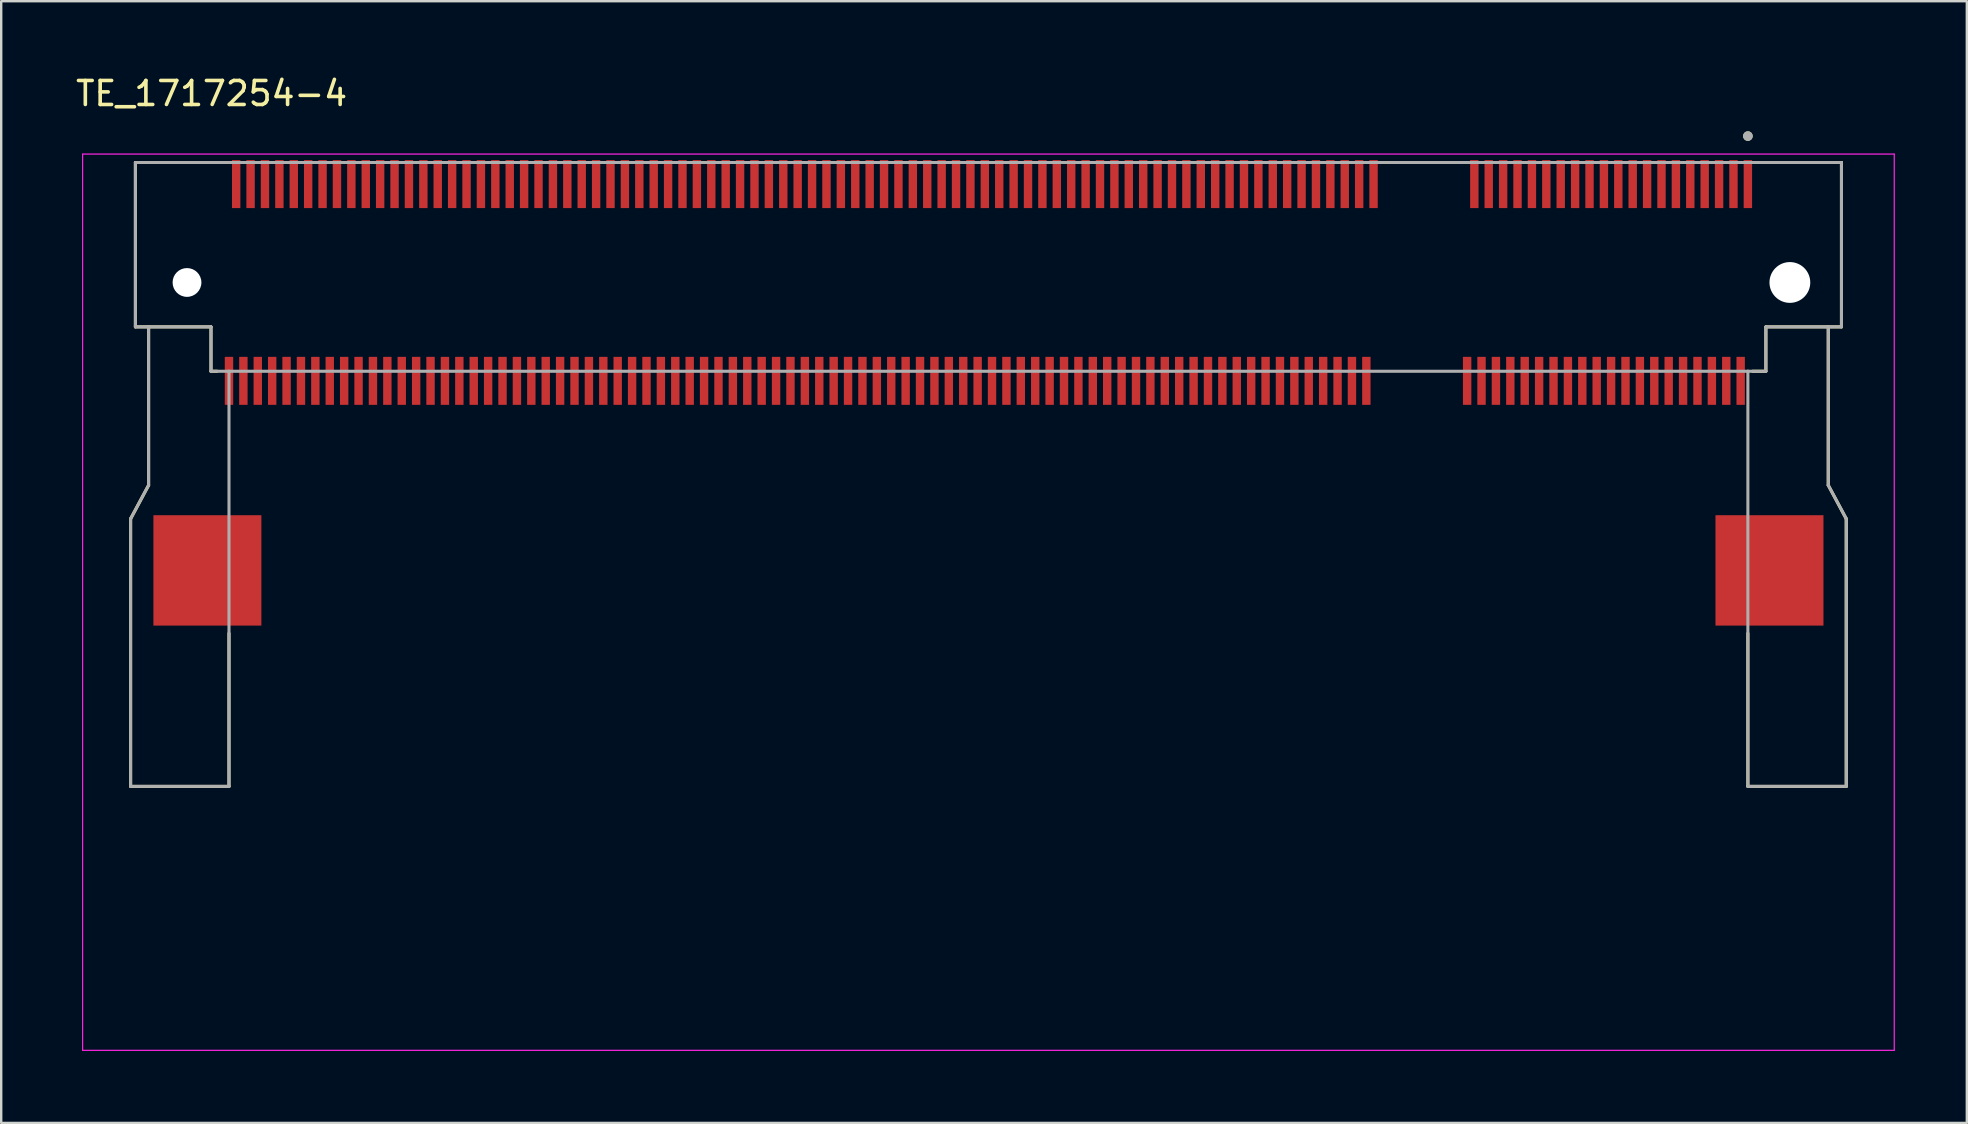
<source format=kicad_pcb>
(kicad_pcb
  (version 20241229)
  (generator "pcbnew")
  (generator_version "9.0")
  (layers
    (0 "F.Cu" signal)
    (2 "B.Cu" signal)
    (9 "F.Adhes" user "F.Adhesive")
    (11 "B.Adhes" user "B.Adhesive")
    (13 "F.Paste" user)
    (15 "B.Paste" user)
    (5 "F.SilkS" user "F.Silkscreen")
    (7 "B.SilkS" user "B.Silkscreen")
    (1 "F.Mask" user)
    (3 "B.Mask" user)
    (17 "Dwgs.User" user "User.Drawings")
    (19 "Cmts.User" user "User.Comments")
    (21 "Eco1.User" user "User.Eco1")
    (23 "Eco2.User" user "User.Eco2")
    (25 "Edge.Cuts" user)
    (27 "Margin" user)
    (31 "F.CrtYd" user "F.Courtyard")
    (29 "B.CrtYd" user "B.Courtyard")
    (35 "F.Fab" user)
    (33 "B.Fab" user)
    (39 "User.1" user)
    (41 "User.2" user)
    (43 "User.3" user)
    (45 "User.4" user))
  (footprint "TE_1717254-4"
    (layer "F.Cu")
    (at 38.143 8.722)
    (property "Reference" "TE_1717254-4" (at -32.375 -7.874 0) (layer "F.SilkS") (effects (font (size 1 1) (thickness 0.15))))
    (attr through_hole)
    (fp_line (start -35.75 9.85) (end -35.75 21) (stroke (width 0.127) (type solid)) (layer "F.SilkS"))
    (fp_line (start -35.75 21) (end -31.65 21) (stroke (width 0.127) (type solid)) (layer "F.SilkS"))
    (fp_line (start -35.55 -5) (end -35.55 1.85) (stroke (width 0.127) (type solid)) (layer "F.SilkS"))
    (fp_line (start -35.55 1.85) (end -35 1.85) (stroke (width 0.127) (type solid)) (layer "F.SilkS"))
    (fp_line (start -35 1.85) (end -35 8.45) (stroke (width 0.127) (type solid)) (layer "F.SilkS"))
    (fp_line (start -35 1.85) (end -32.4 1.85) (stroke (width 0.127) (type solid)) (layer "F.SilkS"))
    (fp_line (start -35 8.45) (end -35.75 9.85) (stroke (width 0.127) (type solid)) (layer "F.SilkS"))
    (fp_line (start -32.4 1.85) (end -32.4 3.7) (stroke (width 0.127) (type solid)) (layer "F.SilkS"))
    (fp_line (start -32.4 3.7) (end -32.145 3.7) (stroke (width 0.127) (type solid)) (layer "F.SilkS"))
    (fp_line (start -31.845 -5) (end -35.55 -5) (stroke (width 0.127) (type solid)) (layer "F.SilkS"))
    (fp_line (start -31.65 21) (end -31.65 14.62) (stroke (width 0.127) (type solid)) (layer "F.SilkS"))
    (fp_line (start 31.65 21) (end 31.65 14.62) (stroke (width 0.127) (type solid)) (layer "F.SilkS"))
    (fp_line (start 31.65 21) (end 35.75 21) (stroke (width 0.127) (type solid)) (layer "F.SilkS"))
    (fp_line (start 31.845 3.7) (end 32.4 3.7) (stroke (width 0.127) (type solid)) (layer "F.SilkS"))
    (fp_line (start 32.4 3.7) (end 32.4 1.854) (stroke (width 0.127) (type solid)) (layer "F.SilkS"))
    (fp_line (start 35 1.85) (end 35 8.45) (stroke (width 0.127) (type solid)) (layer "F.SilkS"))
    (fp_line (start 35 8.45) (end 35.75 9.85) (stroke (width 0.127) (type solid)) (layer "F.SilkS"))
    (fp_line (start 35.55 -5) (end 32.145 -5) (stroke (width 0.127) (type solid)) (layer "F.SilkS"))
    (fp_line (start 35.55 1.85) (end 32.4 1.85) (stroke (width 0.127) (type solid)) (layer "F.SilkS"))
    (fp_line (start 35.55 1.85) (end 35.55 -5) (stroke (width 0.127) (type solid)) (layer "F.SilkS"))
    (fp_line (start 35.75 21) (end 35.75 9.85) (stroke (width 0.127) (type solid)) (layer "F.SilkS"))
    (fp_circle (center 31.65 -6.1) (end 31.75 -6.1) (stroke (width 0.2) (type solid)) (fill no) (layer "F.SilkS"))
    (fp_line (start -37.75 -5.35) (end 37.75 -5.35) (stroke (width 0.05) (type solid)) (layer "F.CrtYd"))
    (fp_line (start -37.75 32) (end -37.75 -5.35) (stroke (width 0.05) (type solid)) (layer "F.CrtYd"))
    (fp_line (start -37.75 32) (end 37.75 32) (stroke (width 0.05) (type solid)) (layer "F.CrtYd"))
    (fp_line (start 37.75 -5.35) (end 37.75 32) (stroke (width 0.05) (type solid)) (layer "F.CrtYd"))
    (fp_line (start -35.75 9.85) (end -35.75 21) (stroke (width 0.127) (type solid)) (layer "F.Fab"))
    (fp_line (start -35.75 21) (end -31.65 21) (stroke (width 0.127) (type solid)) (layer "F.Fab"))
    (fp_line (start -35.55 -5) (end -35.55 1.85) (stroke (width 0.127) (type solid)) (layer "F.Fab"))
    (fp_line (start -35.55 1.85) (end -35 1.85) (stroke (width 0.127) (type solid)) (layer "F.Fab"))
    (fp_line (start -35 1.85) (end -35 8.45) (stroke (width 0.127) (type solid)) (layer "F.Fab"))
    (fp_line (start -35 1.85) (end -32.4 1.85) (stroke (width 0.127) (type solid)) (layer "F.Fab"))
    (fp_line (start -35 8.45) (end -35.75 9.85) (stroke (width 0.127) (type solid)) (layer "F.Fab"))
    (fp_line (start -32.4 1.85) (end -32.4 3.7) (stroke (width 0.127) (type solid)) (layer "F.Fab"))
    (fp_line (start -32.4 3.7) (end -31.65 3.7) (stroke (width 0.127) (type solid)) (layer "F.Fab"))
    (fp_line (start -31.65 3.7) (end -31.65 21) (stroke (width 0.127) (type solid)) (layer "F.Fab"))
    (fp_line (start -31.65 3.7) (end 31.65 3.7) (stroke (width 0.127) (type solid)) (layer "F.Fab"))
    (fp_line (start 31.65 3.7) (end 31.65 21) (stroke (width 0.127) (type solid)) (layer "F.Fab"))
    (fp_line (start 31.65 3.7) (end 32.4 3.7) (stroke (width 0.127) (type solid)) (layer "F.Fab"))
    (fp_line (start 31.65 21) (end 35.75 21) (stroke (width 0.127) (type solid)) (layer "F.Fab"))
    (fp_line (start 32.4 3.7) (end 32.4 1.854) (stroke (width 0.127) (type solid)) (layer "F.Fab"))
    (fp_line (start 35 1.85) (end 35 8.45) (stroke (width 0.127) (type solid)) (layer "F.Fab"))
    (fp_line (start 35 8.45) (end 35.75 9.85) (stroke (width 0.127) (type solid)) (layer "F.Fab"))
    (fp_line (start 35.55 -5) (end -35.55 -5) (stroke (width 0.127) (type solid)) (layer "F.Fab"))
    (fp_line (start 35.55 1.85) (end 32.4 1.85) (stroke (width 0.127) (type solid)) (layer "F.Fab"))
    (fp_line (start 35.55 1.85) (end 35.55 -5) (stroke (width 0.127) (type solid)) (layer "F.Fab"))
    (fp_line (start 35.75 21) (end 35.75 9.85) (stroke (width 0.127) (type solid)) (layer "F.Fab"))
    (fp_circle (center 31.65 -6.1) (end 31.75 -6.1) (stroke (width 0.2) (type solid)) (fill no) (layer "F.Fab"))
    (pad "" np_thru_hole circle (at -33.4 0) (size 1.2 1.2) (drill 1.2) (layers "*.Cu" "*.Mask"))
    (pad "" np_thru_hole circle (at 33.4 0) (size 1.7 1.7) (drill 1.7) (layers "*.Cu" "*.Mask"))
    (pad "1" smd rect (at 31.65 -4.1) (size 0.35 2) (layers "F.Cu" "F.Mask" "F.Paste"))
    (pad "2" smd rect (at 31.35 4.1) (size 0.35 2) (layers "F.Cu" "F.Mask" "F.Paste"))
    (pad "3" smd rect (at 31.05 -4.1) (size 0.35 2) (layers "F.Cu" "F.Mask" "F.Paste"))
    (pad "4" smd rect (at 30.75 4.1) (size 0.35 2) (layers "F.Cu" "F.Mask" "F.Paste"))
    (pad "5" smd rect (at 30.45 -4.1) (size 0.35 2) (layers "F.Cu" "F.Mask" "F.Paste"))
    (pad "6" smd rect (at 30.15 4.1) (size 0.35 2) (layers "F.Cu" "F.Mask" "F.Paste"))
    (pad "7" smd rect (at 29.85 -4.1) (size 0.35 2) (layers "F.Cu" "F.Mask" "F.Paste"))
    (pad "8" smd rect (at 29.55 4.1) (size 0.35 2) (layers "F.Cu" "F.Mask" "F.Paste"))
    (pad "9" smd rect (at 29.25 -4.1) (size 0.35 2) (layers "F.Cu" "F.Mask" "F.Paste"))
    (pad "10" smd rect (at 28.95 4.1) (size 0.35 2) (layers "F.Cu" "F.Mask" "F.Paste"))
    (pad "11" smd rect (at 28.65 -4.1) (size 0.35 2) (layers "F.Cu" "F.Mask" "F.Paste"))
    (pad "12" smd rect (at 28.35 4.1) (size 0.35 2) (layers "F.Cu" "F.Mask" "F.Paste"))
    (pad "13" smd rect (at 28.05 -4.1) (size 0.35 2) (layers "F.Cu" "F.Mask" "F.Paste"))
    (pad "14" smd rect (at 27.75 4.1) (size 0.35 2) (layers "F.Cu" "F.Mask" "F.Paste"))
    (pad "15" smd rect (at 27.45 -4.1) (size 0.35 2) (layers "F.Cu" "F.Mask" "F.Paste"))
    (pad "16" smd rect (at 27.15 4.1) (size 0.35 2) (layers "F.Cu" "F.Mask" "F.Paste"))
    (pad "17" smd rect (at 26.85 -4.1) (size 0.35 2) (layers "F.Cu" "F.Mask" "F.Paste"))
    (pad "18" smd rect (at 26.55 4.1) (size 0.35 2) (layers "F.Cu" "F.Mask" "F.Paste"))
    (pad "19" smd rect (at 26.25 -4.1) (size 0.35 2) (layers "F.Cu" "F.Mask" "F.Paste"))
    (pad "20" smd rect (at 25.95 4.1) (size 0.35 2) (layers "F.Cu" "F.Mask" "F.Paste"))
    (pad "21" smd rect (at 25.65 -4.1) (size 0.35 2) (layers "F.Cu" "F.Mask" "F.Paste"))
    (pad "22" smd rect (at 25.35 4.1) (size 0.35 2) (layers "F.Cu" "F.Mask" "F.Paste"))
    (pad "23" smd rect (at 25.05 -4.1) (size 0.35 2) (layers "F.Cu" "F.Mask" "F.Paste"))
    (pad "24" smd rect (at 24.75 4.1) (size 0.35 2) (layers "F.Cu" "F.Mask" "F.Paste"))
    (pad "25" smd rect (at 24.45 -4.1) (size 0.35 2) (layers "F.Cu" "F.Mask" "F.Paste"))
    (pad "26" smd rect (at 24.15 4.1) (size 0.35 2) (layers "F.Cu" "F.Mask" "F.Paste"))
    (pad "27" smd rect (at 23.85 -4.1) (size 0.35 2) (layers "F.Cu" "F.Mask" "F.Paste"))
    (pad "28" smd rect (at 23.55 4.1) (size 0.35 2) (layers "F.Cu" "F.Mask" "F.Paste"))
    (pad "29" smd rect (at 23.25 -4.1) (size 0.35 2) (layers "F.Cu" "F.Mask" "F.Paste"))
    (pad "30" smd rect (at 22.95 4.1) (size 0.35 2) (layers "F.Cu" "F.Mask" "F.Paste"))
    (pad "31" smd rect (at 22.65 -4.1) (size 0.35 2) (layers "F.Cu" "F.Mask" "F.Paste"))
    (pad "32" smd rect (at 22.35 4.1) (size 0.35 2) (layers "F.Cu" "F.Mask" "F.Paste"))
    (pad "33" smd rect (at 22.05 -4.1) (size 0.35 2) (layers "F.Cu" "F.Mask" "F.Paste"))
    (pad "34" smd rect (at 21.75 4.1) (size 0.35 2) (layers "F.Cu" "F.Mask" "F.Paste"))
    (pad "35" smd rect (at 21.45 -4.1) (size 0.35 2) (layers "F.Cu" "F.Mask" "F.Paste"))
    (pad "36" smd rect (at 21.15 4.1) (size 0.35 2) (layers "F.Cu" "F.Mask" "F.Paste"))
    (pad "37" smd rect (at 20.85 -4.1) (size 0.35 2) (layers "F.Cu" "F.Mask" "F.Paste"))
    (pad "38" smd rect (at 20.55 4.1) (size 0.35 2) (layers "F.Cu" "F.Mask" "F.Paste"))
    (pad "39" smd rect (at 20.25 -4.1) (size 0.35 2) (layers "F.Cu" "F.Mask" "F.Paste"))
    (pad "40" smd rect (at 19.95 4.1) (size 0.35 2) (layers "F.Cu" "F.Mask" "F.Paste"))
    (pad "41" smd rect (at 16.05 -4.1) (size 0.35 2) (layers "F.Cu" "F.Mask" "F.Paste"))
    (pad "42" smd rect (at 15.75 4.1) (size 0.35 2) (layers "F.Cu" "F.Mask" "F.Paste"))
    (pad "43" smd rect (at 15.45 -4.1) (size 0.35 2) (layers "F.Cu" "F.Mask" "F.Paste"))
    (pad "44" smd rect (at 15.15 4.1) (size 0.35 2) (layers "F.Cu" "F.Mask" "F.Paste"))
    (pad "45" smd rect (at 14.85 -4.1) (size 0.35 2) (layers "F.Cu" "F.Mask" "F.Paste"))
    (pad "46" smd rect (at 14.55 4.1) (size 0.35 2) (layers "F.Cu" "F.Mask" "F.Paste"))
    (pad "47" smd rect (at 14.25 -4.1) (size 0.35 2) (layers "F.Cu" "F.Mask" "F.Paste"))
    (pad "48" smd rect (at 13.95 4.1) (size 0.35 2) (layers "F.Cu" "F.Mask" "F.Paste"))
    (pad "49" smd rect (at 13.65 -4.1) (size 0.35 2) (layers "F.Cu" "F.Mask" "F.Paste"))
    (pad "50" smd rect (at 13.35 4.1) (size 0.35 2) (layers "F.Cu" "F.Mask" "F.Paste"))
    (pad "51" smd rect (at 13.05 -4.1) (size 0.35 2) (layers "F.Cu" "F.Mask" "F.Paste"))
    (pad "52" smd rect (at 12.75 4.1) (size 0.35 2) (layers "F.Cu" "F.Mask" "F.Paste"))
    (pad "53" smd rect (at 12.45 -4.1) (size 0.35 2) (layers "F.Cu" "F.Mask" "F.Paste"))
    (pad "54" smd rect (at 12.15 4.1) (size 0.35 2) (layers "F.Cu" "F.Mask" "F.Paste"))
    (pad "55" smd rect (at 11.85 -4.1) (size 0.35 2) (layers "F.Cu" "F.Mask" "F.Paste"))
    (pad "56" smd rect (at 11.55 4.1) (size 0.35 2) (layers "F.Cu" "F.Mask" "F.Paste"))
    (pad "57" smd rect (at 11.25 -4.1) (size 0.35 2) (layers "F.Cu" "F.Mask" "F.Paste"))
    (pad "58" smd rect (at 10.95 4.1) (size 0.35 2) (layers "F.Cu" "F.Mask" "F.Paste"))
    (pad "59" smd rect (at 10.65 -4.1) (size 0.35 2) (layers "F.Cu" "F.Mask" "F.Paste"))
    (pad "60" smd rect (at 10.35 4.1) (size 0.35 2) (layers "F.Cu" "F.Mask" "F.Paste"))
    (pad "61" smd rect (at 10.05 -4.1) (size 0.35 2) (layers "F.Cu" "F.Mask" "F.Paste"))
    (pad "62" smd rect (at 9.75 4.1) (size 0.35 2) (layers "F.Cu" "F.Mask" "F.Paste"))
    (pad "63" smd rect (at 9.45 -4.1) (size 0.35 2) (layers "F.Cu" "F.Mask" "F.Paste"))
    (pad "64" smd rect (at 9.15 4.1) (size 0.35 2) (layers "F.Cu" "F.Mask" "F.Paste"))
    (pad "65" smd rect (at 8.85 -4.1) (size 0.35 2) (layers "F.Cu" "F.Mask" "F.Paste"))
    (pad "66" smd rect (at 8.55 4.1) (size 0.35 2) (layers "F.Cu" "F.Mask" "F.Paste"))
    (pad "67" smd rect (at 8.25 -4.1) (size 0.35 2) (layers "F.Cu" "F.Mask" "F.Paste"))
    (pad "68" smd rect (at 7.95 4.1) (size 0.35 2) (layers "F.Cu" "F.Mask" "F.Paste"))
    (pad "69" smd rect (at 7.65 -4.1) (size 0.35 2) (layers "F.Cu" "F.Mask" "F.Paste"))
    (pad "70" smd rect (at 7.35 4.1) (size 0.35 2) (layers "F.Cu" "F.Mask" "F.Paste"))
    (pad "71" smd rect (at 7.05 -4.1) (size 0.35 2) (layers "F.Cu" "F.Mask" "F.Paste"))
    (pad "72" smd rect (at 6.75 4.1) (size 0.35 2) (layers "F.Cu" "F.Mask" "F.Paste"))
    (pad "73" smd rect (at 6.45 -4.1) (size 0.35 2) (layers "F.Cu" "F.Mask" "F.Paste"))
    (pad "74" smd rect (at 6.15 4.1) (size 0.35 2) (layers "F.Cu" "F.Mask" "F.Paste"))
    (pad "75" smd rect (at 5.85 -4.1) (size 0.35 2) (layers "F.Cu" "F.Mask" "F.Paste"))
    (pad "76" smd rect (at 5.55 4.1) (size 0.35 2) (layers "F.Cu" "F.Mask" "F.Paste"))
    (pad "77" smd rect (at 5.25 -4.1) (size 0.35 2) (layers "F.Cu" "F.Mask" "F.Paste"))
    (pad "78" smd rect (at 4.95 4.1) (size 0.35 2) (layers "F.Cu" "F.Mask" "F.Paste"))
    (pad "79" smd rect (at 4.65 -4.1) (size 0.35 2) (layers "F.Cu" "F.Mask" "F.Paste"))
    (pad "80" smd rect (at 4.35 4.1) (size 0.35 2) (layers "F.Cu" "F.Mask" "F.Paste"))
    (pad "81" smd rect (at 4.05 -4.1) (size 0.35 2) (layers "F.Cu" "F.Mask" "F.Paste"))
    (pad "82" smd rect (at 3.75 4.1) (size 0.35 2) (layers "F.Cu" "F.Mask" "F.Paste"))
    (pad "83" smd rect (at 3.45 -4.1) (size 0.35 2) (layers "F.Cu" "F.Mask" "F.Paste"))
    (pad "84" smd rect (at 3.15 4.1) (size 0.35 2) (layers "F.Cu" "F.Mask" "F.Paste"))
    (pad "85" smd rect (at 2.85 -4.1) (size 0.35 2) (layers "F.Cu" "F.Mask" "F.Paste"))
    (pad "86" smd rect (at 2.55 4.1) (size 0.35 2) (layers "F.Cu" "F.Mask" "F.Paste"))
    (pad "87" smd rect (at 2.25 -4.1) (size 0.35 2) (layers "F.Cu" "F.Mask" "F.Paste"))
    (pad "88" smd rect (at 1.95 4.1) (size 0.35 2) (layers "F.Cu" "F.Mask" "F.Paste"))
    (pad "89" smd rect (at 1.65 -4.1) (size 0.35 2) (layers "F.Cu" "F.Mask" "F.Paste"))
    (pad "90" smd rect (at 1.35 4.1) (size 0.35 2) (layers "F.Cu" "F.Mask" "F.Paste"))
    (pad "91" smd rect (at 1.05 -4.1) (size 0.35 2) (layers "F.Cu" "F.Mask" "F.Paste"))
    (pad "92" smd rect (at 0.75 4.1) (size 0.35 2) (layers "F.Cu" "F.Mask" "F.Paste"))
    (pad "93" smd rect (at 0.45 -4.1) (size 0.35 2) (layers "F.Cu" "F.Mask" "F.Paste"))
    (pad "94" smd rect (at 0.15 4.1) (size 0.35 2) (layers "F.Cu" "F.Mask" "F.Paste"))
    (pad "95" smd rect (at -0.15 -4.1) (size 0.35 2) (layers "F.Cu" "F.Mask" "F.Paste"))
    (pad "96" smd rect (at -0.45 4.1) (size 0.35 2) (layers "F.Cu" "F.Mask" "F.Paste"))
    (pad "97" smd rect (at -0.75 -4.1) (size 0.35 2) (layers "F.Cu" "F.Mask" "F.Paste"))
    (pad "98" smd rect (at -1.05 4.1) (size 0.35 2) (layers "F.Cu" "F.Mask" "F.Paste"))
    (pad "99" smd rect (at -1.35 -4.1) (size 0.35 2) (layers "F.Cu" "F.Mask" "F.Paste"))
    (pad "100" smd rect (at -1.65 4.1) (size 0.35 2) (layers "F.Cu" "F.Mask" "F.Paste"))
    (pad "101" smd rect (at -1.95 -4.1) (size 0.35 2) (layers "F.Cu" "F.Mask" "F.Paste"))
    (pad "102" smd rect (at -2.25 4.1) (size 0.35 2) (layers "F.Cu" "F.Mask" "F.Paste"))
    (pad "103" smd rect (at -2.55 -4.1) (size 0.35 2) (layers "F.Cu" "F.Mask" "F.Paste"))
    (pad "104" smd rect (at -2.85 4.1) (size 0.35 2) (layers "F.Cu" "F.Mask" "F.Paste"))
    (pad "105" smd rect (at -3.15 -4.1) (size 0.35 2) (layers "F.Cu" "F.Mask" "F.Paste"))
    (pad "106" smd rect (at -3.45 4.1) (size 0.35 2) (layers "F.Cu" "F.Mask" "F.Paste"))
    (pad "107" smd rect (at -3.75 -4.1) (size 0.35 2) (layers "F.Cu" "F.Mask" "F.Paste"))
    (pad "108" smd rect (at -4.05 4.1) (size 0.35 2) (layers "F.Cu" "F.Mask" "F.Paste"))
    (pad "109" smd rect (at -4.35 -4.1) (size 0.35 2) (layers "F.Cu" "F.Mask" "F.Paste"))
    (pad "110" smd rect (at -4.65 4.1) (size 0.35 2) (layers "F.Cu" "F.Mask" "F.Paste"))
    (pad "111" smd rect (at -4.95 -4.1) (size 0.35 2) (layers "F.Cu" "F.Mask" "F.Paste"))
    (pad "112" smd rect (at -5.25 4.1) (size 0.35 2) (layers "F.Cu" "F.Mask" "F.Paste"))
    (pad "113" smd rect (at -5.55 -4.1) (size 0.35 2) (layers "F.Cu" "F.Mask" "F.Paste"))
    (pad "114" smd rect (at -5.85 4.1) (size 0.35 2) (layers "F.Cu" "F.Mask" "F.Paste"))
    (pad "115" smd rect (at -6.15 -4.1) (size 0.35 2) (layers "F.Cu" "F.Mask" "F.Paste"))
    (pad "116" smd rect (at -6.45 4.1) (size 0.35 2) (layers "F.Cu" "F.Mask" "F.Paste"))
    (pad "117" smd rect (at -6.75 -4.1) (size 0.35 2) (layers "F.Cu" "F.Mask" "F.Paste"))
    (pad "118" smd rect (at -7.05 4.1) (size 0.35 2) (layers "F.Cu" "F.Mask" "F.Paste"))
    (pad "119" smd rect (at -7.35 -4.1) (size 0.35 2) (layers "F.Cu" "F.Mask" "F.Paste"))
    (pad "120" smd rect (at -7.65 4.1) (size 0.35 2) (layers "F.Cu" "F.Mask" "F.Paste"))
    (pad "121" smd rect (at -7.95 -4.1) (size 0.35 2) (layers "F.Cu" "F.Mask" "F.Paste"))
    (pad "122" smd rect (at -8.25 4.1) (size 0.35 2) (layers "F.Cu" "F.Mask" "F.Paste"))
    (pad "123" smd rect (at -8.55 -4.1) (size 0.35 2) (layers "F.Cu" "F.Mask" "F.Paste"))
    (pad "124" smd rect (at -8.85 4.1) (size 0.35 2) (layers "F.Cu" "F.Mask" "F.Paste"))
    (pad "125" smd rect (at -9.15 -4.1) (size 0.35 2) (layers "F.Cu" "F.Mask" "F.Paste"))
    (pad "126" smd rect (at -9.45 4.1) (size 0.35 2) (layers "F.Cu" "F.Mask" "F.Paste"))
    (pad "127" smd rect (at -9.75 -4.1) (size 0.35 2) (layers "F.Cu" "F.Mask" "F.Paste"))
    (pad "128" smd rect (at -10.05 4.1) (size 0.35 2) (layers "F.Cu" "F.Mask" "F.Paste"))
    (pad "129" smd rect (at -10.35 -4.1) (size 0.35 2) (layers "F.Cu" "F.Mask" "F.Paste"))
    (pad "130" smd rect (at -10.65 4.1) (size 0.35 2) (layers "F.Cu" "F.Mask" "F.Paste"))
    (pad "131" smd rect (at -10.95 -4.1) (size 0.35 2) (layers "F.Cu" "F.Mask" "F.Paste"))
    (pad "132" smd rect (at -11.25 4.1) (size 0.35 2) (layers "F.Cu" "F.Mask" "F.Paste"))
    (pad "133" smd rect (at -11.55 -4.1) (size 0.35 2) (layers "F.Cu" "F.Mask" "F.Paste"))
    (pad "134" smd rect (at -11.85 4.1) (size 0.35 2) (layers "F.Cu" "F.Mask" "F.Paste"))
    (pad "135" smd rect (at -12.15 -4.1) (size 0.35 2) (layers "F.Cu" "F.Mask" "F.Paste"))
    (pad "136" smd rect (at -12.45 4.1) (size 0.35 2) (layers "F.Cu" "F.Mask" "F.Paste"))
    (pad "137" smd rect (at -12.75 -4.1) (size 0.35 2) (layers "F.Cu" "F.Mask" "F.Paste"))
    (pad "138" smd rect (at -13.05 4.1) (size 0.35 2) (layers "F.Cu" "F.Mask" "F.Paste"))
    (pad "139" smd rect (at -13.35 -4.1) (size 0.35 2) (layers "F.Cu" "F.Mask" "F.Paste"))
    (pad "140" smd rect (at -13.65 4.1) (size 0.35 2) (layers "F.Cu" "F.Mask" "F.Paste"))
    (pad "141" smd rect (at -13.95 -4.1) (size 0.35 2) (layers "F.Cu" "F.Mask" "F.Paste"))
    (pad "142" smd rect (at -14.25 4.1) (size 0.35 2) (layers "F.Cu" "F.Mask" "F.Paste"))
    (pad "143" smd rect (at -14.55 -4.1) (size 0.35 2) (layers "F.Cu" "F.Mask" "F.Paste"))
    (pad "144" smd rect (at -14.85 4.1) (size 0.35 2) (layers "F.Cu" "F.Mask" "F.Paste"))
    (pad "145" smd rect (at -15.15 -4.1) (size 0.35 2) (layers "F.Cu" "F.Mask" "F.Paste"))
    (pad "146" smd rect (at -15.45 4.1) (size 0.35 2) (layers "F.Cu" "F.Mask" "F.Paste"))
    (pad "147" smd rect (at -15.75 -4.1) (size 0.35 2) (layers "F.Cu" "F.Mask" "F.Paste"))
    (pad "148" smd rect (at -16.05 4.1) (size 0.35 2) (layers "F.Cu" "F.Mask" "F.Paste"))
    (pad "149" smd rect (at -16.35 -4.1) (size 0.35 2) (layers "F.Cu" "F.Mask" "F.Paste"))
    (pad "150" smd rect (at -16.65 4.1) (size 0.35 2) (layers "F.Cu" "F.Mask" "F.Paste"))
    (pad "151" smd rect (at -16.95 -4.1) (size 0.35 2) (layers "F.Cu" "F.Mask" "F.Paste"))
    (pad "152" smd rect (at -17.25 4.1) (size 0.35 2) (layers "F.Cu" "F.Mask" "F.Paste"))
    (pad "153" smd rect (at -17.55 -4.1) (size 0.35 2) (layers "F.Cu" "F.Mask" "F.Paste"))
    (pad "154" smd rect (at -17.85 4.1) (size 0.35 2) (layers "F.Cu" "F.Mask" "F.Paste"))
    (pad "155" smd rect (at -18.15 -4.1) (size 0.35 2) (layers "F.Cu" "F.Mask" "F.Paste"))
    (pad "156" smd rect (at -18.45 4.1) (size 0.35 2) (layers "F.Cu" "F.Mask" "F.Paste"))
    (pad "157" smd rect (at -18.75 -4.1) (size 0.35 2) (layers "F.Cu" "F.Mask" "F.Paste"))
    (pad "158" smd rect (at -19.05 4.1) (size 0.35 2) (layers "F.Cu" "F.Mask" "F.Paste"))
    (pad "159" smd rect (at -19.35 -4.1) (size 0.35 2) (layers "F.Cu" "F.Mask" "F.Paste"))
    (pad "160" smd rect (at -19.65 4.1) (size 0.35 2) (layers "F.Cu" "F.Mask" "F.Paste"))
    (pad "161" smd rect (at -19.95 -4.1) (size 0.35 2) (layers "F.Cu" "F.Mask" "F.Paste"))
    (pad "162" smd rect (at -20.25 4.1) (size 0.35 2) (layers "F.Cu" "F.Mask" "F.Paste"))
    (pad "163" smd rect (at -20.55 -4.1) (size 0.35 2) (layers "F.Cu" "F.Mask" "F.Paste"))
    (pad "164" smd rect (at -20.85 4.1) (size 0.35 2) (layers "F.Cu" "F.Mask" "F.Paste"))
    (pad "165" smd rect (at -21.15 -4.1) (size 0.35 2) (layers "F.Cu" "F.Mask" "F.Paste"))
    (pad "166" smd rect (at -21.45 4.1) (size 0.35 2) (layers "F.Cu" "F.Mask" "F.Paste"))
    (pad "167" smd rect (at -21.75 -4.1) (size 0.35 2) (layers "F.Cu" "F.Mask" "F.Paste"))
    (pad "168" smd rect (at -22.05 4.1) (size 0.35 2) (layers "F.Cu" "F.Mask" "F.Paste"))
    (pad "169" smd rect (at -22.35 -4.1) (size 0.35 2) (layers "F.Cu" "F.Mask" "F.Paste"))
    (pad "170" smd rect (at -22.65 4.1) (size 0.35 2) (layers "F.Cu" "F.Mask" "F.Paste"))
    (pad "171" smd rect (at -22.95 -4.1) (size 0.35 2) (layers "F.Cu" "F.Mask" "F.Paste"))
    (pad "172" smd rect (at -23.25 4.1) (size 0.35 2) (layers "F.Cu" "F.Mask" "F.Paste"))
    (pad "173" smd rect (at -23.55 -4.1) (size 0.35 2) (layers "F.Cu" "F.Mask" "F.Paste"))
    (pad "174" smd rect (at -23.85 4.1) (size 0.35 2) (layers "F.Cu" "F.Mask" "F.Paste"))
    (pad "175" smd rect (at -24.15 -4.1) (size 0.35 2) (layers "F.Cu" "F.Mask" "F.Paste"))
    (pad "176" smd rect (at -24.45 4.1) (size 0.35 2) (layers "F.Cu" "F.Mask" "F.Paste"))
    (pad "177" smd rect (at -24.75 -4.1) (size 0.35 2) (layers "F.Cu" "F.Mask" "F.Paste"))
    (pad "178" smd rect (at -25.05 4.1) (size 0.35 2) (layers "F.Cu" "F.Mask" "F.Paste"))
    (pad "179" smd rect (at -25.35 -4.1) (size 0.35 2) (layers "F.Cu" "F.Mask" "F.Paste"))
    (pad "180" smd rect (at -25.65 4.1) (size 0.35 2) (layers "F.Cu" "F.Mask" "F.Paste"))
    (pad "181" smd rect (at -25.95 -4.1) (size 0.35 2) (layers "F.Cu" "F.Mask" "F.Paste"))
    (pad "182" smd rect (at -26.25 4.1) (size 0.35 2) (layers "F.Cu" "F.Mask" "F.Paste"))
    (pad "183" smd rect (at -26.55 -4.1) (size 0.35 2) (layers "F.Cu" "F.Mask" "F.Paste"))
    (pad "184" smd rect (at -26.85 4.1) (size 0.35 2) (layers "F.Cu" "F.Mask" "F.Paste"))
    (pad "185" smd rect (at -27.15 -4.1) (size 0.35 2) (layers "F.Cu" "F.Mask" "F.Paste"))
    (pad "186" smd rect (at -27.45 4.1) (size 0.35 2) (layers "F.Cu" "F.Mask" "F.Paste"))
    (pad "187" smd rect (at -27.75 -4.1) (size 0.35 2) (layers "F.Cu" "F.Mask" "F.Paste"))
    (pad "188" smd rect (at -28.05 4.1) (size 0.35 2) (layers "F.Cu" "F.Mask" "F.Paste"))
    (pad "189" smd rect (at -28.35 -4.1) (size 0.35 2) (layers "F.Cu" "F.Mask" "F.Paste"))
    (pad "190" smd rect (at -28.65 4.1) (size 0.35 2) (layers "F.Cu" "F.Mask" "F.Paste"))
    (pad "191" smd rect (at -28.95 -4.1) (size 0.35 2) (layers "F.Cu" "F.Mask" "F.Paste"))
    (pad "192" smd rect (at -29.25 4.1) (size 0.35 2) (layers "F.Cu" "F.Mask" "F.Paste"))
    (pad "193" smd rect (at -29.55 -4.1) (size 0.35 2) (layers "F.Cu" "F.Mask" "F.Paste"))
    (pad "194" smd rect (at -29.85 4.1) (size 0.35 2) (layers "F.Cu" "F.Mask" "F.Paste"))
    (pad "195" smd rect (at -30.15 -4.1) (size 0.35 2) (layers "F.Cu" "F.Mask" "F.Paste"))
    (pad "196" smd rect (at -30.45 4.1) (size 0.35 2) (layers "F.Cu" "F.Mask" "F.Paste"))
    (pad "197" smd rect (at -30.75 -4.1) (size 0.35 2) (layers "F.Cu" "F.Mask" "F.Paste"))
    (pad "198" smd rect (at -31.05 4.1) (size 0.35 2) (layers "F.Cu" "F.Mask" "F.Paste"))
    (pad "199" smd rect (at -31.35 -4.1) (size 0.35 2) (layers "F.Cu" "F.Mask" "F.Paste"))
    (pad "200" smd rect (at -31.65 4.1) (size 0.35 2) (layers "F.Cu" "F.Mask" "F.Paste"))
    (pad "S1" smd rect (at 32.55 12) (size 4.5 4.6) (layers "F.Cu" "F.Mask" "F.Paste"))
    (pad "S2" smd rect (at -32.55 12) (size 4.5 4.6) (layers "F.Cu" "F.Mask" "F.Paste")))
  (gr_rect
    (start -3 -3)
    (end 78.918 43.747)
    (stroke (width 0.1) (type default))
    (fill no)
    (layer "Edge.Cuts")))
</source>
